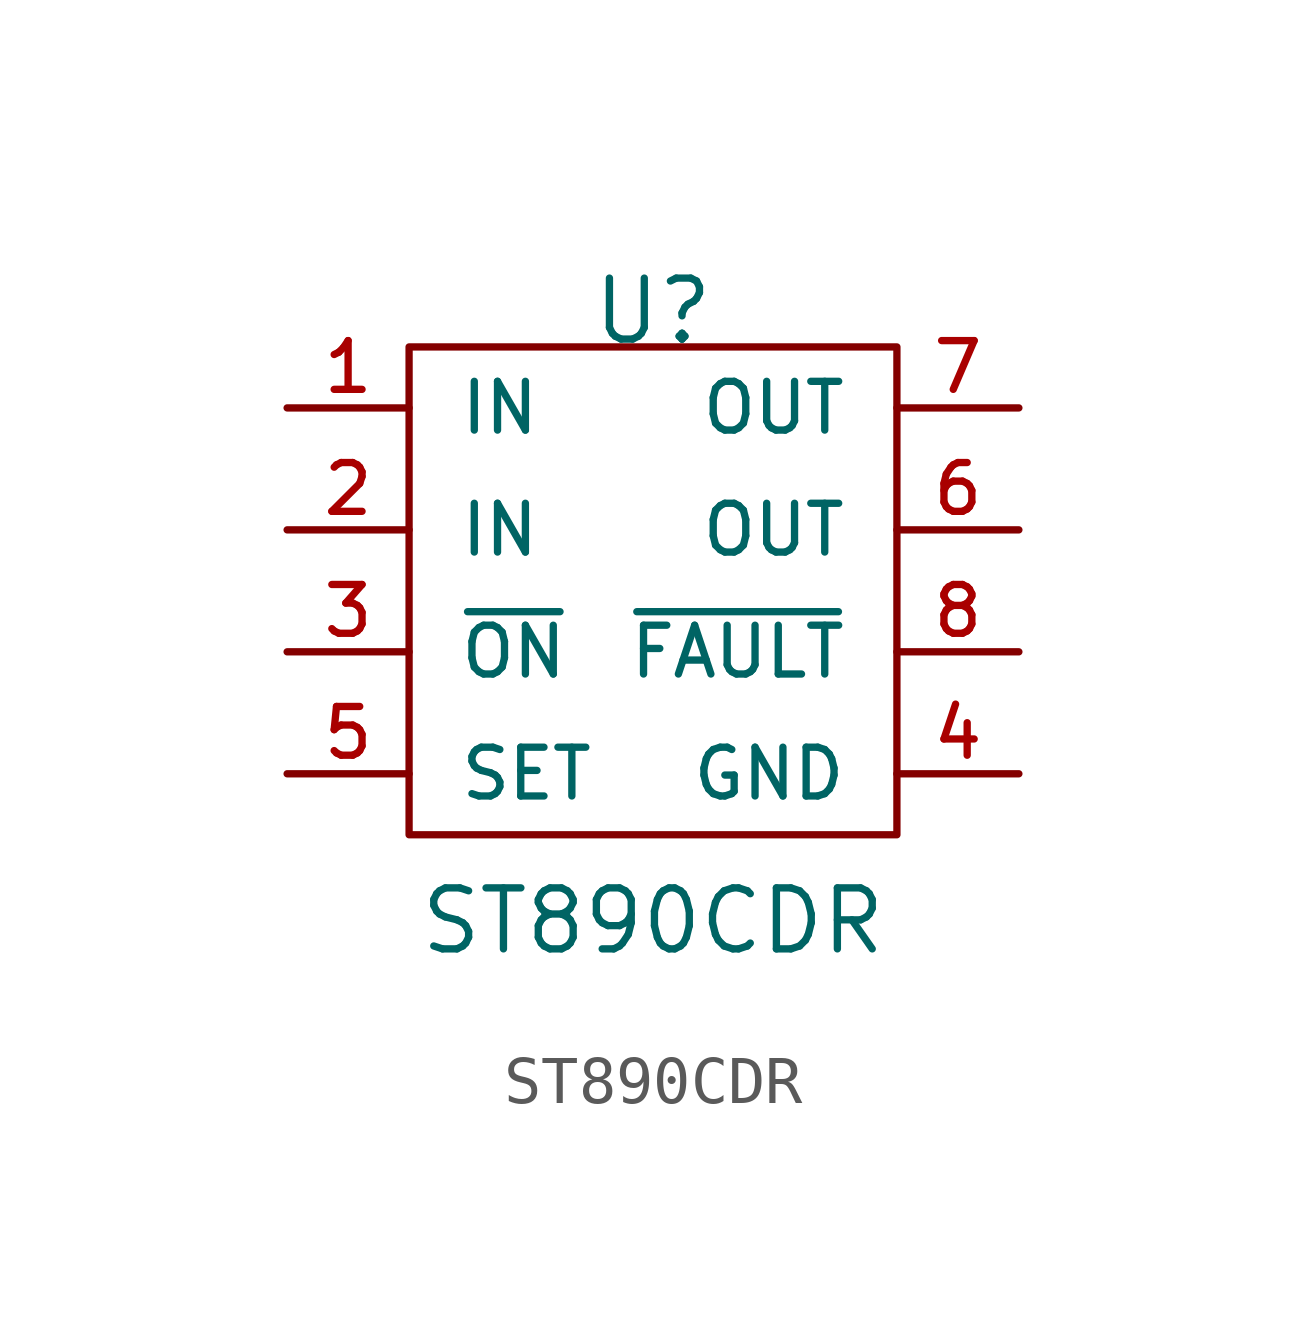
<source format=kicad_sym>
(kicad_symbol_lib
  (version 20211014)
  (generator kicad_symbol_editor)
  (symbol "ST890CDR"
    (pin_names
      (offset 1.016))
    (property "Reference" "U"
      (at 0 5.08 0)
      (effects (font (size 1.27 1.27)) (justify bottom)))
    (property "Value" "ST890CDR"
      (at 0 -7.62 0)
      (effects (font (size 1.27 1.27)) (justify bottom)))
    (symbol "ST890CDR_0_0"
      (rectangle (start -5.08 5.08) (end 5.08 -5.08) (stroke (width 0.152) (type default) (color 0 0 0 0)) (fill (type none)))
      (pin power_in line (at -7.62 3.81 0) (length 2.54) (name "IN" (effects (font (size 1.016 1.016)))) (number "1" (effects (font (size 1.016 1.016)))))
      (pin power_in line (at -7.62 1.27 0) (length 2.54) (name "IN" (effects (font (size 1.016 1.016)))) (number "2" (effects (font (size 1.016 1.016)))))
      (pin input line (at -7.62 -1.27 0) (length 2.54) (name "~{ON}" (effects (font (size 1.016 1.016)))) (number "3" (effects (font (size 1.016 1.016)))))
      (pin power_in line (at 7.62 -3.81 180) (length 2.54) (name "GND" (effects (font (size 1.016 1.016)))) (number "4" (effects (font (size 1.016 1.016)))))
      (pin input line (at -7.62 -3.81 0) (length 2.54) (name "SET" (effects (font (size 1.016 1.016)))) (number "5" (effects (font (size 1.016 1.016)))))
      (pin passive line (at 7.62 1.27 180) (length 2.54) (name "OUT" (effects (font (size 1.016 1.016)))) (number "6" (effects (font (size 1.016 1.016)))))
      (pin power_out line (at 7.62 3.81 180) (length 2.54) (name "OUT" (effects (font (size 1.016 1.016)))) (number "7" (effects (font (size 1.016 1.016)))))
      (pin output line (at 7.62 -1.27 180) (length 2.54) (name "~{FAULT}" (effects (font (size 1.016 1.016)))) (number "8" (effects (font (size 1.016 1.016))))))))
</source>
